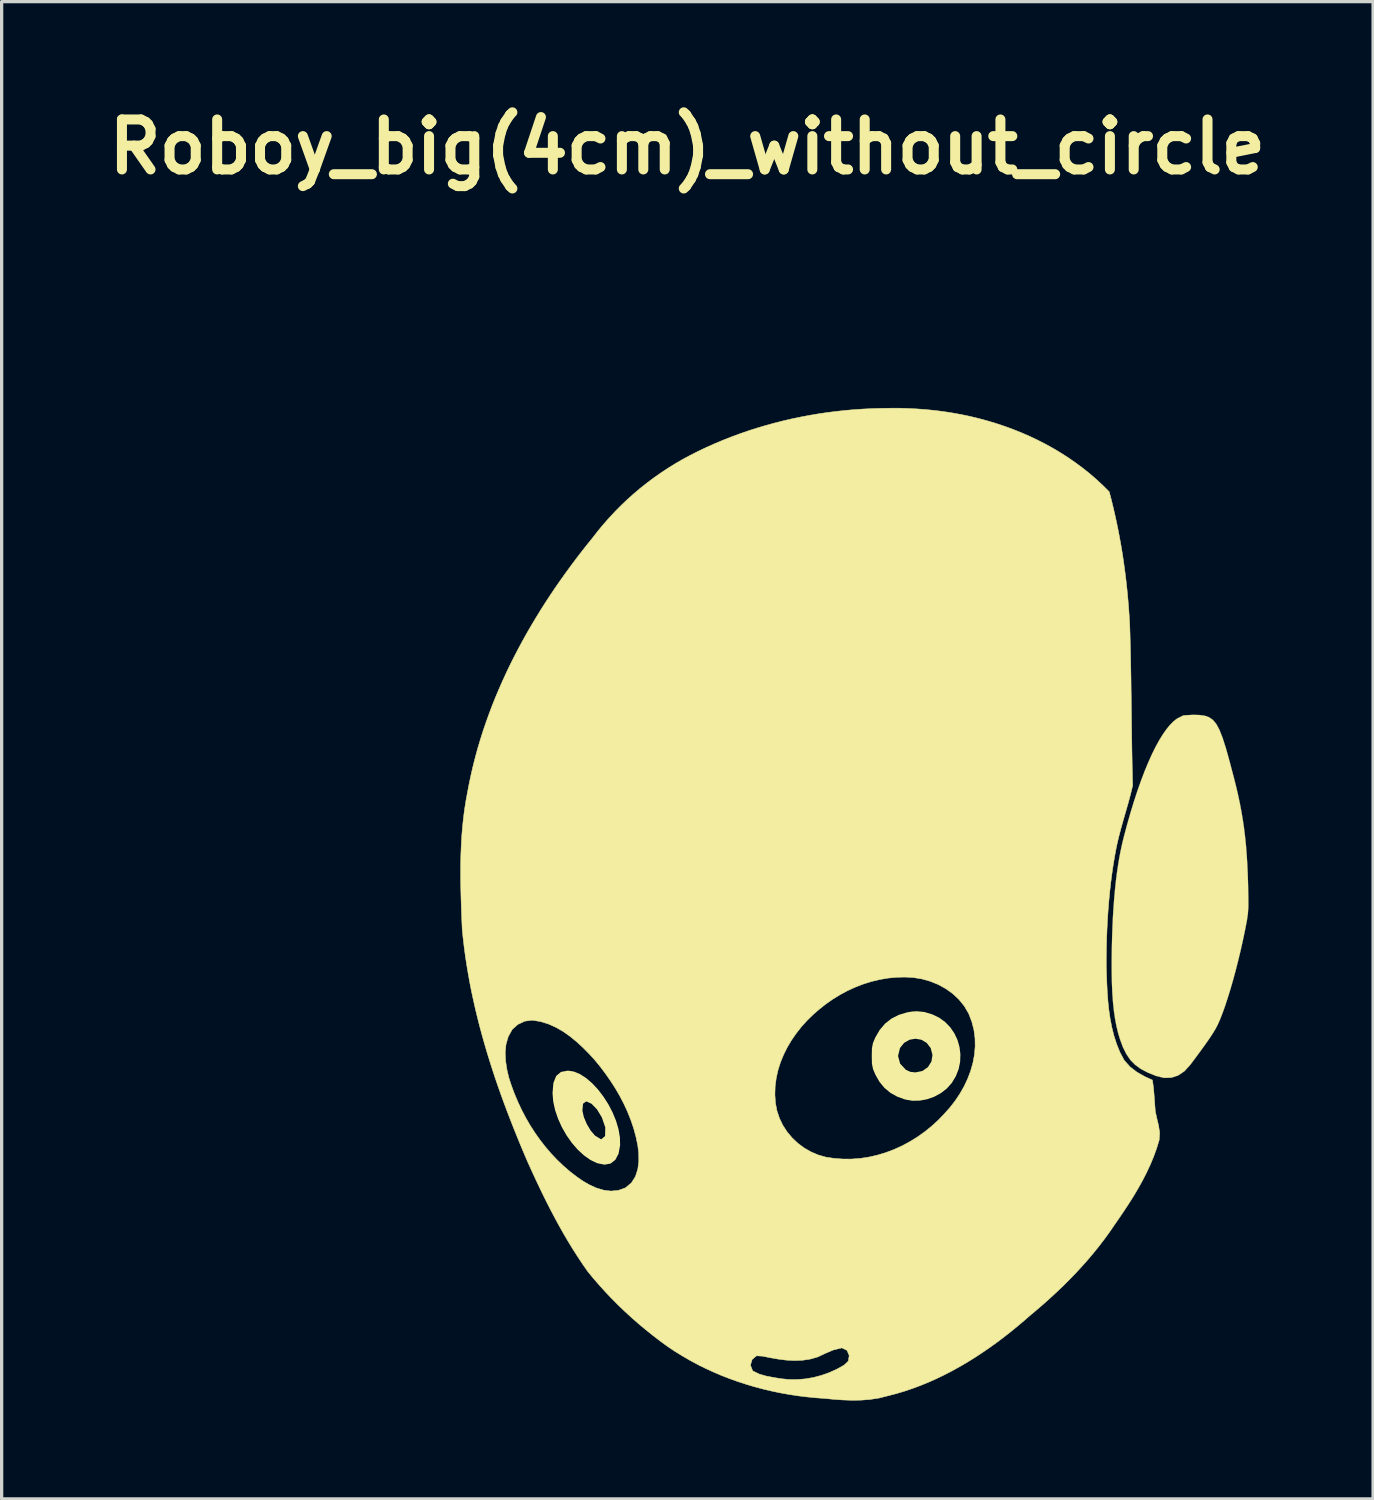
<source format=kicad_pcb>
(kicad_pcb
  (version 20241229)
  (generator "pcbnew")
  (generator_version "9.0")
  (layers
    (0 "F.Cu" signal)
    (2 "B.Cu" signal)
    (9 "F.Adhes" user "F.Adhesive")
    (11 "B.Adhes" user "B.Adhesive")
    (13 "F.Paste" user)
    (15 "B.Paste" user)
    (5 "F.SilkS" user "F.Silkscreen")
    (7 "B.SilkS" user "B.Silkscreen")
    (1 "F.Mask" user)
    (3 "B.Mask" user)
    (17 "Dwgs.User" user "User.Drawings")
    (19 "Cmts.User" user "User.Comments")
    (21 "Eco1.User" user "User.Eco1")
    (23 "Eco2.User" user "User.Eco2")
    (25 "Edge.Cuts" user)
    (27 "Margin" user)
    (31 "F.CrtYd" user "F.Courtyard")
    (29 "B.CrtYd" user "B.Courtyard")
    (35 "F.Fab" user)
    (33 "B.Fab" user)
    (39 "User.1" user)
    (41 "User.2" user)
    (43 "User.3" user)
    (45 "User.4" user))
  (footprint "Roboy_big(4cm)_without_circle"
    (layer "F.Cu")
    (at 17.903 23.858)
    (property "Reference" "Roboy_big(4cm)_without_circle" (at 0 -22.432 0) (layer "F.SilkS") (effects (font (size 1.524 1.524) (thickness 0.305))))
    (attr smd)
    (fp_poly (pts (xy -3.639 5.729) (xy -3.852 5.768) (xy -3.07 6.671) (xy -2.921 6.739) (xy -2.757 6.907) (xy -2.607 7.155) (xy -2.502 7.46) (xy -2.508 7.723) (xy -2.626 7.823) (xy -2.815 7.709) (xy -2.947 7.556) (xy -3.065 7.357) (xy -3.155 7.144) (xy -3.199 6.949) (xy -3.18 6.738) (xy -3.085 6.669) (xy -3.087 6.67) (xy -3.07 6.671) (xy -3.852 5.768) (xy -3.999 5.891) (xy -4.084 6.105) (xy -4.11 6.414) (xy -4.089 6.669) (xy -4.032 6.932) (xy -3.942 7.195) (xy -3.825 7.454) (xy -3.683 7.702) (xy -3.521 7.932) (xy -3.342 8.138) (xy -3.151 8.314) (xy -2.952 8.454) (xy -2.749 8.551) (xy -2.525 8.596) (xy -2.339 8.561) (xy -2.195 8.449) (xy -2.097 8.263) (xy -2.05 8.007) (xy -2.055 7.769) (xy -2.097 7.519) (xy -2.172 7.263) (xy -2.276 7.008) (xy -2.405 6.759) (xy -2.555 6.524) (xy -2.72 6.307) (xy -2.898 6.116) (xy -3.083 5.957) (xy -3.271 5.835) (xy -3.457 5.757) (xy -3.639 5.729)) (stroke (width 0) (type solid)) (fill yes) (layer "F.SilkS"))
    (fp_poly (pts (xy 6.993 3.918) (xy 6.853 3.927) (xy 6.954 4.756) (xy 7.135 4.788) (xy 7.295 4.883) (xy 7.417 5.041) (xy 7.472 5.251) (xy 7.44 5.452) (xy 7.333 5.622) (xy 7.164 5.74) (xy 6.948 5.783) (xy 6.792 5.764) (xy 6.661 5.703) (xy 6.486 5.515) (xy 6.423 5.282) (xy 6.482 5.04) (xy 6.608 4.882) (xy 6.772 4.788) (xy 6.953 4.756) (xy 6.954 4.756) (xy 6.853 3.927) (xy 6.701 3.952) (xy 6.447 4.028) (xy 6.222 4.142) (xy 6.028 4.294) (xy 5.864 4.486) (xy 5.73 4.715) (xy 5.658 4.887) (xy 5.627 5.046) (xy 5.621 5.282) (xy 5.627 5.518) (xy 5.659 5.679) (xy 5.733 5.855) (xy 5.857 6.072) (xy 6.008 6.255) (xy 6.188 6.405) (xy 6.397 6.522) (xy 6.638 6.609) (xy 6.856 6.647) (xy 7.082 6.644) (xy 7.307 6.602) (xy 7.526 6.525) (xy 7.73 6.414) (xy 7.911 6.273) (xy 8.061 6.105) (xy 8.185 5.899) (xy 8.27 5.682) (xy 8.316 5.458) (xy 8.324 5.232) (xy 8.297 5.01) (xy 8.236 4.795) (xy 8.141 4.593) (xy 8.016 4.409) (xy 7.859 4.247) (xy 7.675 4.113) (xy 7.463 4.012) (xy 7.219 3.94) (xy 6.993 3.918) (xy 6.993 3.918)) (stroke (width 0) (type solid)) (fill yes) (layer "F.SilkS"))
    (fp_poly (pts (xy 14.292 5.892) (xy 14.038 5.79) (xy 13.825 5.679) (xy 13.649 5.551) (xy 13.503 5.402) (xy 13.381 5.223) (xy 13.276 5.011) (xy 13.183 4.757) (xy 13.127 4.564) (xy 13.078 4.36) (xy 13.037 4.142) (xy 13.003 3.908) (xy 12.976 3.654) (xy 12.956 3.378) (xy 12.943 3.078) (xy 12.936 2.75) (xy 12.935 2.392) (xy 12.94 2.002) (xy 12.948 1.671) (xy 12.959 1.354) (xy 12.973 1.05) (xy 12.991 0.759) (xy 13.012 0.48) (xy 13.036 0.212) (xy 13.063 -0.045) (xy 13.094 -0.291) (xy 13.129 -0.527) (xy 13.166 -0.754) (xy 13.208 -0.972) (xy 13.253 -1.182) (xy 13.302 -1.383) (xy 13.403 -1.762) (xy 13.506 -2.124) (xy 13.611 -2.469) (xy 13.718 -2.795) (xy 13.827 -3.103) (xy 13.936 -3.392) (xy 14.047 -3.66) (xy 14.158 -3.908) (xy 14.27 -4.134) (xy 14.382 -4.339) (xy 14.493 -4.52) (xy 14.604 -4.678) (xy 14.714 -4.812) (xy 14.822 -4.921) (xy 14.93 -5.004) (xy 15.121 -5.1) (xy 15.412 -5.117) (xy 15.606 -5.112) (xy 15.768 -5.091) (xy 15.905 -5.043) (xy 16.023 -4.961) (xy 16.126 -4.835) (xy 16.223 -4.654) (xy 16.318 -4.411) (xy 16.419 -4.094) (xy 16.53 -3.696) (xy 16.659 -3.206) (xy 16.728 -2.931) (xy 16.79 -2.665) (xy 16.845 -2.405) (xy 16.893 -2.149) (xy 16.936 -1.894) (xy 16.973 -1.638) (xy 17.004 -1.378) (xy 17.031 -1.111) (xy 17.052 -0.836) (xy 17.07 -0.549) (xy 17.083 -0.249) (xy 17.093 0.068) (xy 17.101 0.467) (xy 17.101 0.739) (xy 17.087 0.948) (xy 17.056 1.158) (xy 17.003 1.431) (xy 16.938 1.743) (xy 16.868 2.057) (xy 16.793 2.367) (xy 16.716 2.671) (xy 16.636 2.966) (xy 16.555 3.247) (xy 16.473 3.511) (xy 16.393 3.755) (xy 16.314 3.975) (xy 16.239 4.168) (xy 16.167 4.329) (xy 16.103 4.452) (xy 16.018 4.593) (xy 15.905 4.764) (xy 15.758 4.973) (xy 15.57 5.231) (xy 15.333 5.549) (xy 15.155 5.745) (xy 14.963 5.876) (xy 14.756 5.944) (xy 14.532 5.95) (xy 14.292 5.892) (xy 14.292 5.892)) (stroke (width 0.007) (type solid)) (fill yes) (layer "F.SilkS"))
    (fp_poly (pts (xy 6.191 -14.464) (xy 6.626 2.877) (xy 6.887 2.891) (xy 7.147 2.933) (xy 7.402 3.005) (xy 7.647 3.104) (xy 7.878 3.231) (xy 8.091 3.384) (xy 8.281 3.562) (xy 8.444 3.764) (xy 8.576 3.99) (xy 8.672 4.239) (xy 8.736 4.49) (xy 8.769 4.743) (xy 8.773 4.996) (xy 8.751 5.248) (xy 8.704 5.497) (xy 8.634 5.742) (xy 8.543 5.981) (xy 8.433 6.214) (xy 8.305 6.437) (xy 8.162 6.651) (xy 8.006 6.852) (xy 7.838 7.041) (xy 7.651 7.235) (xy 7.452 7.418) (xy 7.242 7.588) (xy 7.022 7.745) (xy 6.792 7.888) (xy 6.554 8.017) (xy 6.308 8.129) (xy 6.056 8.225) (xy 5.798 8.303) (xy 5.536 8.363) (xy 5.27 8.404) (xy 5.001 8.424) (xy 4.731 8.423) (xy 4.459 8.401) (xy 4.22 8.365) (xy 3.99 8.299) (xy 3.769 8.205) (xy 3.561 8.086) (xy 3.369 7.943) (xy 3.195 7.778) (xy 3.042 7.595) (xy 2.911 7.395) (xy 2.807 7.179) (xy 2.731 6.952) (xy 2.686 6.714) (xy 2.669 6.458) (xy 2.677 6.206) (xy 2.71 5.956) (xy 2.764 5.712) (xy 2.84 5.472) (xy 2.936 5.239) (xy 3.049 5.013) (xy 3.179 4.795) (xy 3.324 4.586) (xy 3.482 4.386) (xy 3.652 4.198) (xy 3.833 4.021) (xy 4.022 3.857) (xy 4.224 3.697) (xy 4.436 3.549) (xy 4.656 3.414) (xy 4.884 3.292) (xy 5.119 3.184) (xy 5.36 3.091) (xy 5.606 3.014) (xy 5.857 2.953) (xy 6.111 2.909) (xy 6.368 2.884) (xy 6.626 2.877) (xy 6.191 -14.464) (xy -4.726 4.191) (xy -4.472 4.234) (xy -4.23 4.309) (xy -3.999 4.413) (xy -3.78 4.54) (xy -3.571 4.688) (xy -3.372 4.852) (xy -3.182 5.026) (xy -3.002 5.208) (xy -2.831 5.393) (xy -2.661 5.601) (xy -2.498 5.817) (xy -2.343 6.039) (xy -2.196 6.267) (xy -2.06 6.501) (xy -1.935 6.741) (xy -1.822 6.986) (xy -1.722 7.237) (xy -1.636 7.492) (xy -1.565 7.753) (xy -1.51 8.017) (xy -1.484 8.248) (xy -1.48 8.49) (xy -1.51 8.729) (xy -1.581 8.952) (xy -1.703 9.148) (xy -1.886 9.301) (xy -2.105 9.379) (xy -2.329 9.4) (xy -2.553 9.372) (xy -2.774 9.306) (xy -2.986 9.209) (xy -3.188 9.092) (xy -3.373 8.964) (xy -3.584 8.801) (xy -3.785 8.626) (xy -3.977 8.442) (xy -4.16 8.248) (xy -4.333 8.045) (xy -4.497 7.834) (xy -4.651 7.616) (xy -4.795 7.391) (xy -4.929 7.16) (xy -5.053 6.923) (xy -5.166 6.681) (xy -5.27 6.435) (xy -5.363 6.186) (xy -5.445 5.933) (xy -5.501 5.691) (xy -5.539 5.439) (xy -5.552 5.185) (xy -5.529 4.935) (xy -5.461 4.696) (xy -5.34 4.476) (xy -5.167 4.32) (xy -4.956 4.221) (xy -4.725 4.191) (xy -4.726 4.191) (xy 6.191 -14.464) (xy 5.917 -14.461) (xy 5.642 -14.453) (xy 5.367 -14.44) (xy 5.093 -14.422) (xy 4.818 -14.398) (xy 4.545 -14.368) (xy 4.271 -14.334) (xy 1.923 14.71) (xy 1.974 14.536) (xy 2.108 14.422) (xy 2.293 14.433) (xy 2.529 14.481) (xy 2.77 14.523) (xy 3.014 14.554) (xy 3.259 14.567) (xy 3.501 14.559) (xy 3.74 14.524) (xy 3.973 14.457) (xy 4.197 14.352) (xy 4.448 14.245) (xy 4.71 14.18) (xy 4.71 14.18) (xy 4.867 14.257) (xy 4.934 14.414) (xy 4.906 14.585) (xy 4.779 14.705) (xy 4.56 14.828) (xy 4.331 14.932) (xy 4.094 15.016) (xy 3.85 15.081) (xy 3.602 15.124) (xy 3.351 15.145) (xy 3.1 15.144) (xy 2.849 15.119) (xy 2.628 15.082) (xy 2.406 15.04) (xy 2.19 14.978) (xy 1.992 14.881) (xy 1.923 14.71) (xy 4.271 -14.334) (xy 3.999 -14.294) (xy 3.727 -14.248) (xy 3.457 -14.197) (xy 3.187 -14.141) (xy 2.919 -14.079) (xy 2.652 -14.011) (xy 2.387 -13.938) (xy 2.123 -13.86) (xy 1.861 -13.776) (xy 1.601 -13.686) (xy 1.343 -13.591) (xy 1.087 -13.49) (xy 0.834 -13.384) (xy 0.583 -13.272) (xy 0.334 -13.154) (xy 0.088 -13.03) (xy -0.142 -12.906) (xy -0.368 -12.775) (xy -0.59 -12.637) (xy -0.808 -12.493) (xy -1.022 -12.343) (xy -1.231 -12.186) (xy -1.436 -12.024) (xy -1.635 -11.855) (xy -1.83 -11.681) (xy -2.019 -11.501) (xy -2.203 -11.315) (xy -2.382 -11.124) (xy -2.555 -10.928) (xy -2.722 -10.727) (xy -2.882 -10.52) (xy -3.053 -10.309) (xy -3.221 -10.095) (xy -3.387 -9.879) (xy -3.55 -9.661) (xy -3.711 -9.441) (xy -3.869 -9.219) (xy -4.025 -8.995) (xy -4.177 -8.768) (xy -4.327 -8.54) (xy -4.473 -8.31) (xy -4.616 -8.077) (xy -4.756 -7.843) (xy -4.893 -7.607) (xy -5.026 -7.368) (xy -5.155 -7.128) (xy -5.281 -6.886) (xy -5.403 -6.643) (xy -5.521 -6.397) (xy -5.634 -6.15) (xy -5.744 -5.9) (xy -5.85 -5.649) (xy -5.951 -5.397) (xy -6.047 -5.142) (xy -6.139 -4.886) (xy -6.227 -4.628) (xy -6.309 -4.369) (xy -6.387 -4.108) (xy -6.459 -3.845) (xy -6.527 -3.581) (xy -6.589 -3.315) (xy -6.646 -3.048) (xy -6.698 -2.779) (xy -6.749 -2.503) (xy -6.793 -2.226) (xy -6.828 -1.949) (xy -6.857 -1.67) (xy -6.879 -1.391) (xy -6.894 -1.112) (xy -6.905 -0.832) (xy -6.911 -0.551) (xy -6.912 -0.271) (xy -6.91 0.01) (xy -6.904 0.29) (xy -6.896 0.571) (xy -6.887 0.851) (xy -6.876 1.131) (xy -6.864 1.411) (xy -6.837 1.683) (xy -6.805 1.955) (xy -6.769 2.226) (xy -6.728 2.496) (xy -6.683 2.766) (xy -6.635 3.034) (xy -6.582 3.302) (xy -6.525 3.569) (xy -6.465 3.836) (xy -6.401 4.101) (xy -6.334 4.366) (xy -6.263 4.63) (xy -6.189 4.893) (xy -6.112 5.155) (xy -6.032 5.416) (xy -5.949 5.677) (xy -5.864 5.937) (xy -5.775 6.196) (xy -5.684 6.454) (xy -5.591 6.711) (xy -5.495 6.967) (xy -5.397 7.222) (xy -5.297 7.477) (xy -5.195 7.73) (xy -5.092 7.983) (xy -4.986 8.235) (xy -4.879 8.485) (xy -4.766 8.736) (xy -4.651 8.985) (xy -4.534 9.234) (xy -4.415 9.482) (xy -4.293 9.729) (xy -4.168 9.974) (xy -4.04 10.217) (xy -3.908 10.459) (xy -3.773 10.698) (xy -3.634 10.935) (xy -3.491 11.17) (xy -3.343 11.401) (xy -3.191 11.63) (xy -3.034 11.855) (xy -2.858 12.069) (xy -2.676 12.278) (xy -2.49 12.483) (xy -2.299 12.684) (xy -2.104 12.88) (xy -1.904 13.071) (xy -1.7 13.258) (xy -1.492 13.441) (xy -1.28 13.618) (xy -1.064 13.791) (xy -0.845 13.96) (xy -0.623 14.123) (xy -0.399 14.274) (xy -0.17 14.416) (xy 0.063 14.552) (xy 0.3 14.68) (xy 0.541 14.8) (xy 0.786 14.913) (xy 1.033 15.019) (xy 1.284 15.117) (xy 1.538 15.208) (xy 1.794 15.291) (xy 2.052 15.368) (xy 2.313 15.437) (xy 2.576 15.499) (xy 2.84 15.554) (xy 3.105 15.601) (xy 3.372 15.642) (xy 3.64 15.675) (xy 3.909 15.702) (xy 4.178 15.721) (xy 4.454 15.748) (xy 4.732 15.768) (xy 5.011 15.778) (xy 5.29 15.774) (xy 5.567 15.753) (xy 5.842 15.71) (xy 6.113 15.642) (xy 6.37 15.575) (xy 6.625 15.499) (xy 6.876 15.414) (xy 7.124 15.321) (xy 7.369 15.22) (xy 7.61 15.112) (xy 7.849 14.996) (xy 8.084 14.874) (xy 8.316 14.745) (xy 8.545 14.611) (xy 8.771 14.47) (xy 8.993 14.324) (xy 9.213 14.173) (xy 9.429 14.018) (xy 9.641 13.858) (xy 9.851 13.694) (xy 10.057 13.526) (xy 10.26 13.355) (xy 10.46 13.181) (xy 10.665 13.009) (xy 10.869 12.833) (xy 11.069 12.653) (xy 11.266 12.471) (xy 11.461 12.285) (xy 11.651 12.095) (xy 11.838 11.902) (xy 12.02 11.705) (xy 12.199 11.504) (xy 12.372 11.299) (xy 12.541 11.09) (xy 12.704 10.877) (xy 12.863 10.66) (xy 13.015 10.438) (xy 13.167 10.218) (xy 13.317 9.997) (xy 13.464 9.773) (xy 13.607 9.546) (xy 13.744 9.315) (xy 13.874 9.081) (xy 13.996 8.843) (xy 14.11 8.601) (xy 14.213 8.354) (xy 14.304 8.102) (xy 14.383 7.845) (xy 14.398 7.623) (xy 14.365 7.405) (xy 14.313 7.188) (xy 14.265 6.97) (xy 14.249 6.747) (xy 14.231 6.502) (xy 14.211 6.257) (xy 14.177 6.016) (xy 13.935 5.906) (xy 13.702 5.772) (xy 13.492 5.61) (xy 13.317 5.413) (xy 13.19 5.176) (xy 13.088 4.924) (xy 13.005 4.667) (xy 12.939 4.406) (xy 12.888 4.141) (xy 12.849 3.873) (xy 12.821 3.603) (xy 12.801 3.332) (xy 12.788 3.06) (xy 12.778 2.79) (xy 12.77 2.521) (xy 12.772 2.24) (xy 12.776 1.959) (xy 12.783 1.678) (xy 12.794 1.397) (xy 12.809 1.117) (xy 12.827 0.836) (xy 12.85 0.556) (xy 12.876 0.276) (xy 12.908 -0.003) (xy 12.944 -0.282) (xy 12.985 -0.56) (xy 13.032 -0.836) (xy 13.084 -1.113) (xy 13.146 -1.379) (xy 13.215 -1.644) (xy 13.289 -1.907) (xy 13.365 -2.17) (xy 13.44 -2.433) (xy 13.511 -2.697) (xy 13.575 -2.962) (xy 13.568 -3.233) (xy 13.562 -3.504) (xy 13.557 -3.775) (xy 13.552 -4.046) (xy 13.548 -4.317) (xy 13.544 -4.588) (xy 13.541 -4.86) (xy 13.538 -5.131) (xy 13.534 -5.402) (xy 13.531 -5.673) (xy 13.527 -5.944) (xy 13.524 -6.215) (xy 13.519 -6.486) (xy 13.514 -6.757) (xy 13.509 -7.028) (xy 13.502 -7.299) (xy 13.495 -7.57) (xy 13.486 -7.841) (xy 13.471 -8.116) (xy 13.452 -8.39) (xy 13.429 -8.665) (xy 13.403 -8.939) (xy 13.373 -9.213) (xy 13.339 -9.487) (xy 13.302 -9.76) (xy 13.261 -10.033) (xy 13.215 -10.305) (xy 13.166 -10.576) (xy 13.113 -10.846) (xy 13.056 -11.115) (xy 12.995 -11.384) (xy 12.93 -11.651) (xy 12.861 -11.917) (xy 12.667 -12.11) (xy 12.467 -12.296) (xy 12.261 -12.473) (xy 12.048 -12.643) (xy 11.83 -12.805) (xy 11.607 -12.959) (xy 11.378 -13.105) (xy 11.145 -13.244) (xy 10.907 -13.375) (xy 10.665 -13.499) (xy 10.42 -13.615) (xy 10.17 -13.723) (xy 9.917 -13.824) (xy 9.662 -13.917) (xy 9.403 -14.003) (xy 9.142 -14.081) (xy 8.879 -14.152) (xy 8.615 -14.216) (xy 8.348 -14.272) (xy 8.081 -14.32) (xy 7.812 -14.362) (xy 7.543 -14.396) (xy 7.274 -14.423) (xy 7.004 -14.443) (xy 6.734 -14.457) (xy 6.463 -14.465) (xy 6.191 -14.465) (xy 6.191 -14.464)) (stroke (width 0.014) (type solid)) (fill yes) (layer "F.SilkS")))
  (gr_rect
    (start -3 -3)
    (end 38.807 42.643)
    (stroke (width 0.1) (type default))
    (fill no)
    (layer "Edge.Cuts")))
</source>
